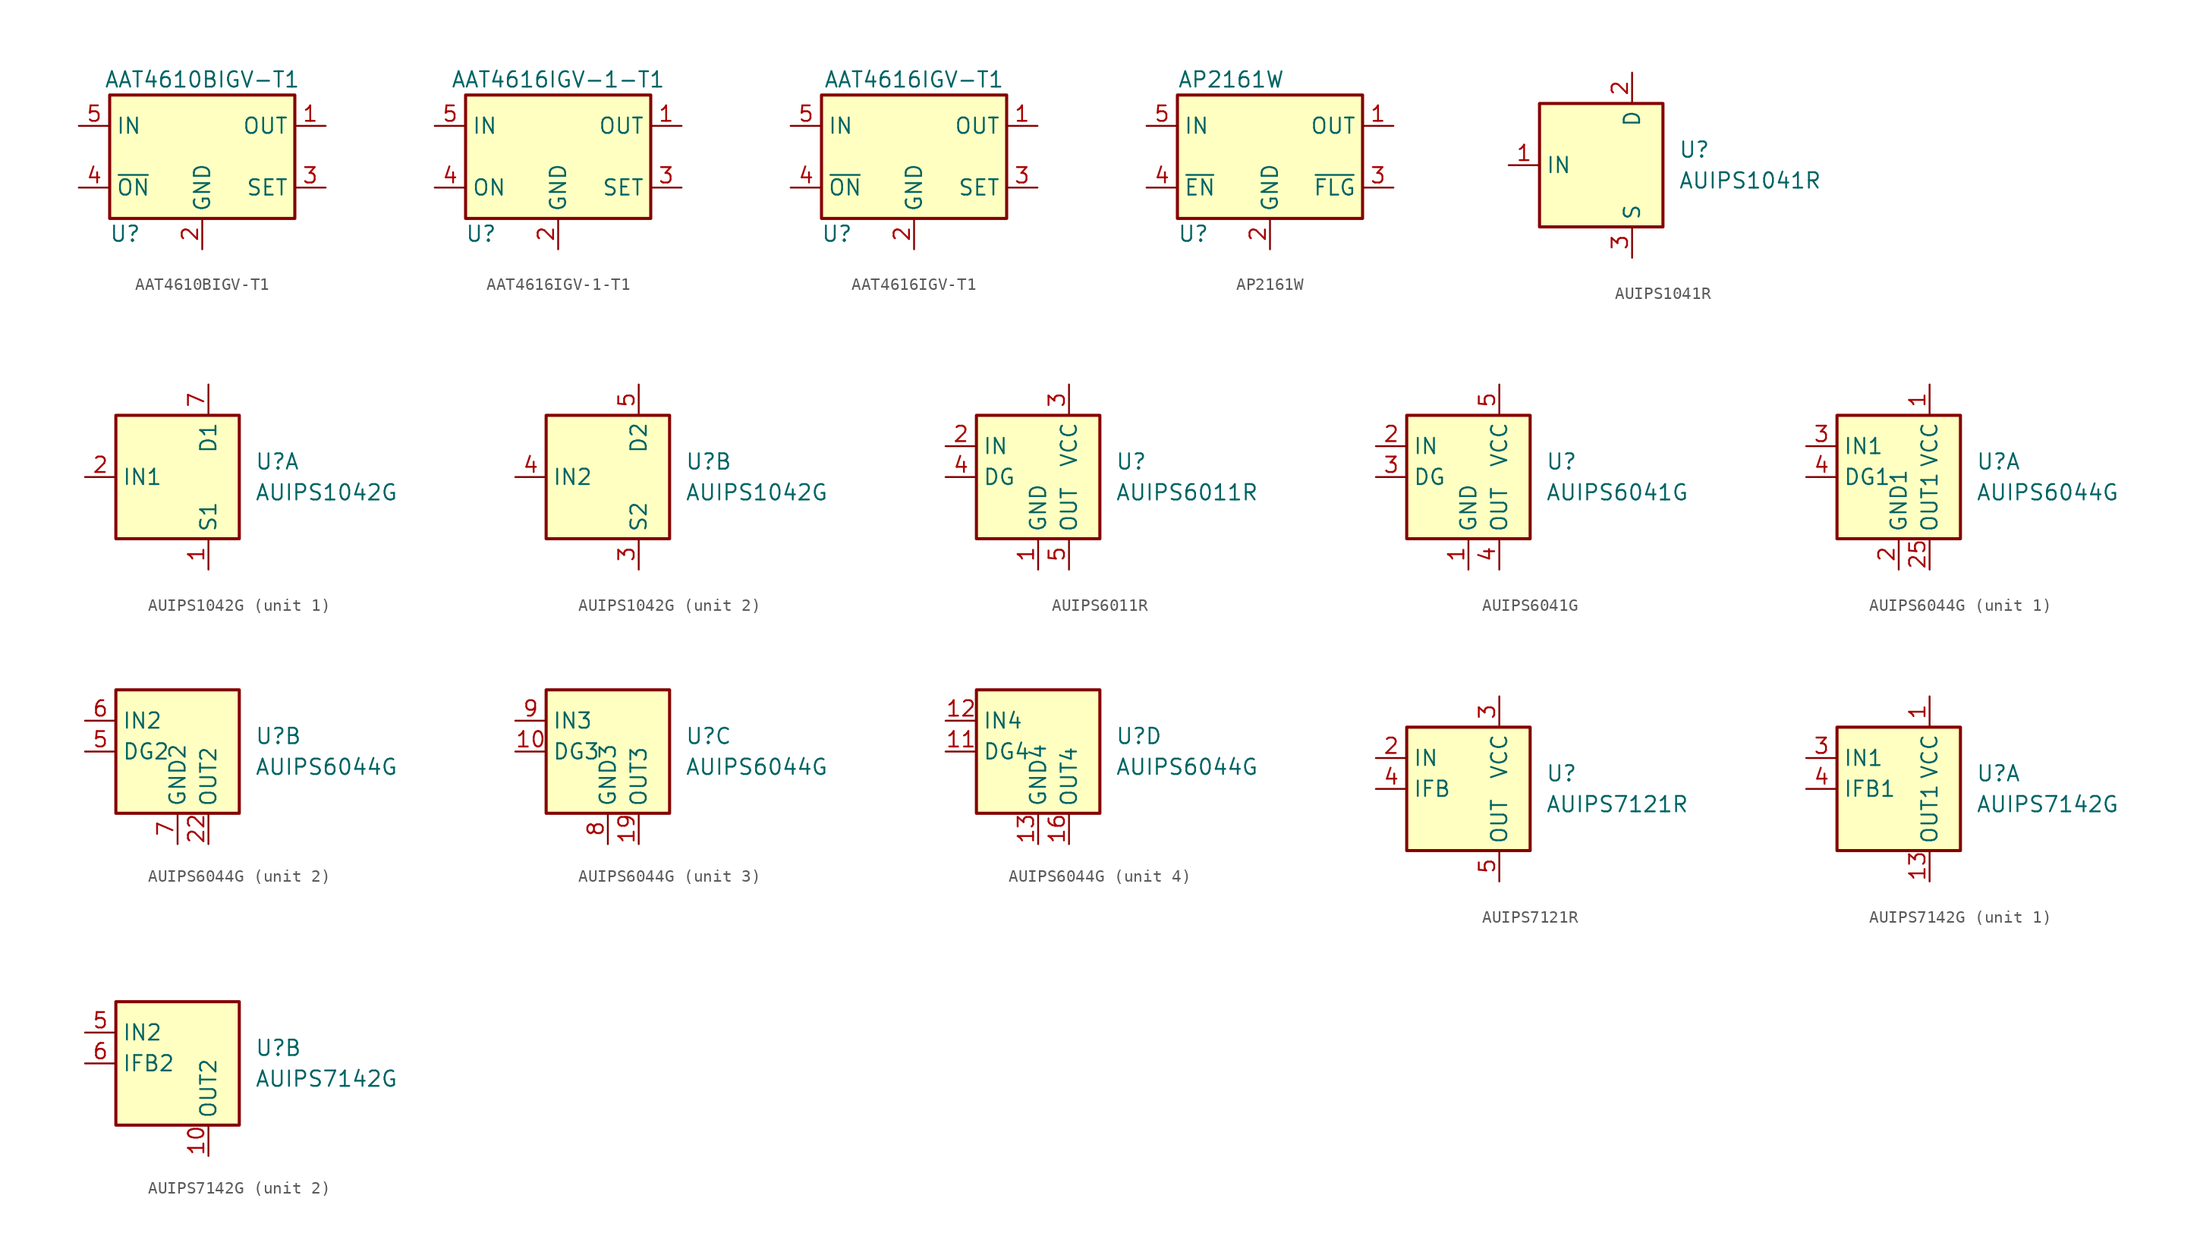
<source format=kicad_sym>
(kicad_symbol_lib
  (version 20211014)
  (generator kicad_symbol_editor)
  (symbol "AAT4610BIGV-T1"
    (property "Reference" "U"
      (at -6.35 -6.35 0)
      (effects (font (size 1.27 1.27))))
    (property "Value" "AAT4610BIGV-T1"
      (at 0 6.35 0)
      (effects (font (size 1.27 1.27))))
    (symbol "AAT4610BIGV-T1_0_1"
      (rectangle (start -7.62 5.08) (end 7.62 -5.08) (stroke (width 0.254) (type default) (color 0 0 0 0)) (fill (type background))))
    (symbol "AAT4610BIGV-T1_1_1"
      (pin power_out line (at 10.16 2.54 180) (length 2.54) (name "OUT" (effects (font (size 1.27 1.27)))) (number "1" (effects (font (size 1.27 1.27)))))
      (pin power_in line (at 0 -7.62 90) (length 2.54) (name "GND" (effects (font (size 1.27 1.27)))) (number "2" (effects (font (size 1.27 1.27)))))
      (pin passive line (at 10.16 -2.54 180) (length 2.54) (name "SET" (effects (font (size 1.27 1.27)))) (number "3" (effects (font (size 1.27 1.27)))))
      (pin input line (at -10.16 -2.54 0) (length 2.54) (name "~{ON}" (effects (font (size 1.27 1.27)))) (number "4" (effects (font (size 1.27 1.27)))))
      (pin power_in line (at -10.16 2.54 0) (length 2.54) (name "IN" (effects (font (size 1.27 1.27)))) (number "5" (effects (font (size 1.27 1.27)))))))
  (symbol "AAT4616IGV-1-T1"
    (property "Reference" "U"
      (at -6.35 -6.35 0)
      (effects (font (size 1.27 1.27))))
    (property "Value" "AAT4616IGV-1-T1"
      (at 0 6.35 0)
      (effects (font (size 1.27 1.27))))
    (symbol "AAT4616IGV-1-T1_0_1"
      (rectangle (start -7.62 5.08) (end 7.62 -5.08) (stroke (width 0.254) (type default) (color 0 0 0 0)) (fill (type background))))
    (symbol "AAT4616IGV-1-T1_1_1"
      (pin power_out line (at 10.16 2.54 180) (length 2.54) (name "OUT" (effects (font (size 1.27 1.27)))) (number "1" (effects (font (size 1.27 1.27)))))
      (pin power_in line (at 0 -7.62 90) (length 2.54) (name "GND" (effects (font (size 1.27 1.27)))) (number "2" (effects (font (size 1.27 1.27)))))
      (pin passive line (at 10.16 -2.54 180) (length 2.54) (name "SET" (effects (font (size 1.27 1.27)))) (number "3" (effects (font (size 1.27 1.27)))))
      (pin input line (at -10.16 -2.54 0) (length 2.54) (name "ON" (effects (font (size 1.27 1.27)))) (number "4" (effects (font (size 1.27 1.27)))))
      (pin power_in line (at -10.16 2.54 0) (length 2.54) (name "IN" (effects (font (size 1.27 1.27)))) (number "5" (effects (font (size 1.27 1.27)))))))
  (symbol "AAT4616IGV-T1"
    (property "Reference" "U"
      (at -6.35 -6.35 0)
      (effects (font (size 1.27 1.27))))
    (property "Value" "AAT4616IGV-T1"
      (at 0 6.35 0)
      (effects (font (size 1.27 1.27))))
    (symbol "AAT4616IGV-T1_0_1"
      (rectangle (start -7.62 5.08) (end 7.62 -5.08) (stroke (width 0.254) (type default) (color 0 0 0 0)) (fill (type background))))
    (symbol "AAT4616IGV-T1_1_1"
      (pin power_out line (at 10.16 2.54 180) (length 2.54) (name "OUT" (effects (font (size 1.27 1.27)))) (number "1" (effects (font (size 1.27 1.27)))))
      (pin power_in line (at 0 -7.62 90) (length 2.54) (name "GND" (effects (font (size 1.27 1.27)))) (number "2" (effects (font (size 1.27 1.27)))))
      (pin passive line (at 10.16 -2.54 180) (length 2.54) (name "SET" (effects (font (size 1.27 1.27)))) (number "3" (effects (font (size 1.27 1.27)))))
      (pin input line (at -10.16 -2.54 0) (length 2.54) (name "~{ON}" (effects (font (size 1.27 1.27)))) (number "4" (effects (font (size 1.27 1.27)))))
      (pin power_in line (at -10.16 2.54 0) (length 2.54) (name "IN" (effects (font (size 1.27 1.27)))) (number "5" (effects (font (size 1.27 1.27)))))))
  (symbol "AP2161W"
    (property "Reference" "U"
      (at -7.62 -6.35 0)
      (effects (font (size 1.27 1.27)) (justify left)))
    (property "Value" "AP2161W"
      (at -7.62 6.35 0)
      (effects (font (size 1.27 1.27)) (justify left)))
    (symbol "AP2161W_0_1"
      (rectangle (start -7.62 5.08) (end 7.62 -5.08) (stroke (width 0.254) (type default) (color 0 0 0 0)) (fill (type background))))
    (symbol "AP2161W_1_1"
      (pin power_out line (at 10.16 2.54 180) (length 2.54) (name "OUT" (effects (font (size 1.27 1.27)))) (number "1" (effects (font (size 1.27 1.27)))))
      (pin power_in line (at 0 -7.62 90) (length 2.54) (name "GND" (effects (font (size 1.27 1.27)))) (number "2" (effects (font (size 1.27 1.27)))))
      (pin open_collector line (at 10.16 -2.54 180) (length 2.54) (name "~{FLG}" (effects (font (size 1.27 1.27)))) (number "3" (effects (font (size 1.27 1.27)))))
      (pin input line (at -10.16 -2.54 0) (length 2.54) (name "~{EN}" (effects (font (size 1.27 1.27)))) (number "4" (effects (font (size 1.27 1.27)))))
      (pin power_in line (at -10.16 2.54 0) (length 2.54) (name "IN" (effects (font (size 1.27 1.27)))) (number "5" (effects (font (size 1.27 1.27)))))))
  (symbol "AUIPS1041R"
    (property "Reference" "U"
      (at 3.81 1.27 0)
      (effects (font (size 1.27 1.27)) (justify left)))
    (property "Value" "AUIPS1041R"
      (at 3.81 -1.27 0)
      (effects (font (size 1.27 1.27)) (justify left)))
    (symbol "AUIPS1041R_0_1"
      (rectangle (start -7.62 5.08) (end 2.54 -5.08) (stroke (width 0.254) (type default) (color 0 0 0 0)) (fill (type background))))
    (symbol "AUIPS1041R_1_1"
      (pin input line (at -10.16 0 0) (length 2.54) (name "IN" (effects (font (size 1.27 1.27)))) (number "1" (effects (font (size 1.27 1.27)))))
      (pin passive line (at 0 7.62 270) (length 2.54) (name "D" (effects (font (size 1.27 1.27)))) (number "2" (effects (font (size 1.27 1.27)))))
      (pin power_in line (at 0 -7.62 90) (length 2.54) (name "S" (effects (font (size 1.27 1.27)))) (number "3" (effects (font (size 1.27 1.27)))))))
  (symbol "AUIPS1042G"
    (property "Reference" "U"
      (at 3.81 1.27 0)
      (effects (font (size 1.27 1.27)) (justify left)))
    (property "Value" "AUIPS1042G"
      (at 3.81 -1.27 0)
      (effects (font (size 1.27 1.27)) (justify left)))
    (symbol "AUIPS1042G_0_1"
      (rectangle (start -7.62 5.08) (end 2.54 -5.08) (stroke (width 0.254) (type default) (color 0 0 0 0)) (fill (type background))))
    (symbol "AUIPS1042G_1_1"
      (pin power_in line (at 0 -7.62 90) (length 2.54) (name "S1" (effects (font (size 1.27 1.27)))) (number "1" (effects (font (size 1.27 1.27)))))
      (pin input line (at -10.16 0 0) (length 2.54) (name "IN1" (effects (font (size 1.27 1.27)))) (number "2" (effects (font (size 1.27 1.27)))))
      (pin passive line (at 0 7.62 270) (length 2.54) (name "D1" (effects (font (size 1.27 1.27)))) (number "7" (effects (font (size 1.27 1.27)))))
      (pin passive line (at 0 7.62 270) (length 2.54) hide (name "D1" (effects (font (size 1.27 1.27)))) (number "8" (effects (font (size 1.27 1.27))))))
    (symbol "AUIPS1042G_2_1"
      (pin power_in line (at 0 -7.62 90) (length 2.54) (name "S2" (effects (font (size 1.27 1.27)))) (number "3" (effects (font (size 1.27 1.27)))))
      (pin input line (at -10.16 0 0) (length 2.54) (name "IN2" (effects (font (size 1.27 1.27)))) (number "4" (effects (font (size 1.27 1.27)))))
      (pin passive line (at 0 7.62 270) (length 2.54) (name "D2" (effects (font (size 1.27 1.27)))) (number "5" (effects (font (size 1.27 1.27)))))
      (pin passive line (at 0 7.62 270) (length 2.54) hide (name "D2" (effects (font (size 1.27 1.27)))) (number "6" (effects (font (size 1.27 1.27)))))))
  (symbol "AUIPS6011R"
    (property "Reference" "U"
      (at 3.81 1.27 0)
      (effects (font (size 1.27 1.27)) (justify left)))
    (property "Value" "AUIPS6011R"
      (at 3.81 -1.27 0)
      (effects (font (size 1.27 1.27)) (justify left)))
    (symbol "AUIPS6011R_0_1"
      (rectangle (start -7.62 5.08) (end 2.54 -5.08) (stroke (width 0.254) (type default) (color 0 0 0 0)) (fill (type background))))
    (symbol "AUIPS6011R_1_1"
      (pin power_in line (at -2.54 -7.62 90) (length 2.54) (name "GND" (effects (font (size 1.27 1.27)))) (number "1" (effects (font (size 1.27 1.27)))))
      (pin input line (at -10.16 2.54 0) (length 2.54) (name "IN" (effects (font (size 1.27 1.27)))) (number "2" (effects (font (size 1.27 1.27)))))
      (pin power_in line (at 0 7.62 270) (length 2.54) (name "VCC" (effects (font (size 1.27 1.27)))) (number "3" (effects (font (size 1.27 1.27)))))
      (pin open_collector line (at -10.16 0 0) (length 2.54) (name "DG" (effects (font (size 1.27 1.27)))) (number "4" (effects (font (size 1.27 1.27)))))
      (pin power_out line (at 0 -7.62 90) (length 2.54) (name "OUT" (effects (font (size 1.27 1.27)))) (number "5" (effects (font (size 1.27 1.27)))))))
  (symbol "AUIPS6041G"
    (property "Reference" "U"
      (at 3.81 1.27 0)
      (effects (font (size 1.27 1.27)) (justify left)))
    (property "Value" "AUIPS6041G"
      (at 3.81 -1.27 0)
      (effects (font (size 1.27 1.27)) (justify left)))
    (symbol "AUIPS6041G_0_1"
      (rectangle (start -7.62 5.08) (end 2.54 -5.08) (stroke (width 0.254) (type default) (color 0 0 0 0)) (fill (type background))))
    (symbol "AUIPS6041G_1_1"
      (pin power_in line (at -2.54 -7.62 90) (length 2.54) (name "GND" (effects (font (size 1.27 1.27)))) (number "1" (effects (font (size 1.27 1.27)))))
      (pin input line (at -10.16 2.54 0) (length 2.54) (name "IN" (effects (font (size 1.27 1.27)))) (number "2" (effects (font (size 1.27 1.27)))))
      (pin open_collector line (at -10.16 0 0) (length 2.54) (name "DG" (effects (font (size 1.27 1.27)))) (number "3" (effects (font (size 1.27 1.27)))))
      (pin power_out line (at 0 -7.62 90) (length 2.54) (name "OUT" (effects (font (size 1.27 1.27)))) (number "4" (effects (font (size 1.27 1.27)))))
      (pin power_in line (at 0 7.62 270) (length 2.54) (name "VCC" (effects (font (size 1.27 1.27)))) (number "5" (effects (font (size 1.27 1.27)))))
      (pin passive line (at 0 7.62 270) (length 2.54) hide (name "VCC" (effects (font (size 1.27 1.27)))) (number "6" (effects (font (size 1.27 1.27)))))
      (pin passive line (at 0 7.62 270) (length 2.54) hide (name "VCC" (effects (font (size 1.27 1.27)))) (number "7" (effects (font (size 1.27 1.27)))))
      (pin passive line (at 0 7.62 270) (length 2.54) hide (name "VCC" (effects (font (size 1.27 1.27)))) (number "8" (effects (font (size 1.27 1.27)))))))
  (symbol "AUIPS6044G"
    (property "Reference" "U"
      (at 3.81 1.27 0)
      (effects (font (size 1.27 1.27)) (justify left)))
    (property "Value" "AUIPS6044G"
      (at 3.81 -1.27 0)
      (effects (font (size 1.27 1.27)) (justify left)))
    (symbol "AUIPS6044G_0_1"
      (rectangle (start -7.62 5.08) (end 2.54 -5.08) (stroke (width 0.254) (type default) (color 0 0 0 0)) (fill (type background))))
    (symbol "AUIPS6044G_1_1"
      (pin power_in line (at 0 7.62 270) (length 2.54) (name "VCC" (effects (font (size 1.27 1.27)))) (number "1" (effects (font (size 1.27 1.27)))))
      (pin passive line (at 0 7.62 270) (length 2.54) hide (name "VCC" (effects (font (size 1.27 1.27)))) (number "14" (effects (font (size 1.27 1.27)))))
      (pin passive line (at 0 7.62 270) (length 2.54) hide (name "VCC" (effects (font (size 1.27 1.27)))) (number "15" (effects (font (size 1.27 1.27)))))
      (pin power_in line (at -2.54 -7.62 90) (length 2.54) (name "GND1" (effects (font (size 1.27 1.27)))) (number "2" (effects (font (size 1.27 1.27)))))
      (pin power_out line (at 0 -7.62 90) (length 2.54) (name "OUT1" (effects (font (size 1.27 1.27)))) (number "25" (effects (font (size 1.27 1.27)))))
      (pin passive line (at 0 -7.62 90) (length 2.54) hide (name "OUT1" (effects (font (size 1.27 1.27)))) (number "26" (effects (font (size 1.27 1.27)))))
      (pin passive line (at 0 -7.62 90) (length 2.54) hide (name "OUT1" (effects (font (size 1.27 1.27)))) (number "27" (effects (font (size 1.27 1.27)))))
      (pin passive line (at 0 7.62 270) (length 2.54) hide (name "VCC" (effects (font (size 1.27 1.27)))) (number "28" (effects (font (size 1.27 1.27)))))
      (pin input line (at -10.16 2.54 0) (length 2.54) (name "IN1" (effects (font (size 1.27 1.27)))) (number "3" (effects (font (size 1.27 1.27)))))
      (pin open_collector line (at -10.16 0 0) (length 2.54) (name "DG1" (effects (font (size 1.27 1.27)))) (number "4" (effects (font (size 1.27 1.27))))))
    (symbol "AUIPS6044G_2_1"
      (pin power_out line (at 0 -7.62 90) (length 2.54) (name "OUT2" (effects (font (size 1.27 1.27)))) (number "22" (effects (font (size 1.27 1.27)))))
      (pin passive line (at 0 -7.62 90) (length 2.54) hide (name "OUT2" (effects (font (size 1.27 1.27)))) (number "23" (effects (font (size 1.27 1.27)))))
      (pin passive line (at 0 -7.62 90) (length 2.54) hide (name "OUT2" (effects (font (size 1.27 1.27)))) (number "24" (effects (font (size 1.27 1.27)))))
      (pin open_collector line (at -10.16 0 0) (length 2.54) (name "DG2" (effects (font (size 1.27 1.27)))) (number "5" (effects (font (size 1.27 1.27)))))
      (pin input line (at -10.16 2.54 0) (length 2.54) (name "IN2" (effects (font (size 1.27 1.27)))) (number "6" (effects (font (size 1.27 1.27)))))
      (pin power_in line (at -2.54 -7.62 90) (length 2.54) (name "GND2" (effects (font (size 1.27 1.27)))) (number "7" (effects (font (size 1.27 1.27))))))
    (symbol "AUIPS6044G_3_1"
      (pin open_collector line (at -10.16 0 0) (length 2.54) (name "DG3" (effects (font (size 1.27 1.27)))) (number "10" (effects (font (size 1.27 1.27)))))
      (pin power_out line (at 0 -7.62 90) (length 2.54) (name "OUT3" (effects (font (size 1.27 1.27)))) (number "19" (effects (font (size 1.27 1.27)))))
      (pin passive line (at 0 -7.62 90) (length 2.54) hide (name "OUT3" (effects (font (size 1.27 1.27)))) (number "20" (effects (font (size 1.27 1.27)))))
      (pin passive line (at 0 -7.62 90) (length 2.54) hide (name "OUT3" (effects (font (size 1.27 1.27)))) (number "21" (effects (font (size 1.27 1.27)))))
      (pin power_in line (at -2.54 -7.62 90) (length 2.54) (name "GND3" (effects (font (size 1.27 1.27)))) (number "8" (effects (font (size 1.27 1.27)))))
      (pin input line (at -10.16 2.54 0) (length 2.54) (name "IN3" (effects (font (size 1.27 1.27)))) (number "9" (effects (font (size 1.27 1.27))))))
    (symbol "AUIPS6044G_4_1"
      (pin open_collector line (at -10.16 0 0) (length 2.54) (name "DG4" (effects (font (size 1.27 1.27)))) (number "11" (effects (font (size 1.27 1.27)))))
      (pin input line (at -10.16 2.54 0) (length 2.54) (name "IN4" (effects (font (size 1.27 1.27)))) (number "12" (effects (font (size 1.27 1.27)))))
      (pin power_in line (at -2.54 -7.62 90) (length 2.54) (name "GND4" (effects (font (size 1.27 1.27)))) (number "13" (effects (font (size 1.27 1.27)))))
      (pin power_out line (at 0 -7.62 90) (length 2.54) (name "OUT4" (effects (font (size 1.27 1.27)))) (number "16" (effects (font (size 1.27 1.27)))))
      (pin passive line (at 0 -7.62 90) (length 2.54) hide (name "OUT4" (effects (font (size 1.27 1.27)))) (number "17" (effects (font (size 1.27 1.27)))))
      (pin passive line (at 0 -7.62 90) (length 2.54) hide (name "OUT4" (effects (font (size 1.27 1.27)))) (number "18" (effects (font (size 1.27 1.27)))))))
  (symbol "AUIPS7121R"
    (property "Reference" "U"
      (at 3.81 1.27 0)
      (effects (font (size 1.27 1.27)) (justify left)))
    (property "Value" "AUIPS7121R"
      (at 3.81 -1.27 0)
      (effects (font (size 1.27 1.27)) (justify left)))
    (symbol "AUIPS7121R_0_1"
      (rectangle (start -7.62 5.08) (end 2.54 -5.08) (stroke (width 0.254) (type default) (color 0 0 0 0)) (fill (type background))))
    (symbol "AUIPS7121R_1_1"
      (pin no_connect line (at -7.62 -2.54 0) (length 2.54) hide (name "NC" (effects (font (size 1.27 1.27)))) (number "1" (effects (font (size 1.27 1.27)))))
      (pin input line (at -10.16 2.54 0) (length 2.54) (name "IN" (effects (font (size 1.27 1.27)))) (number "2" (effects (font (size 1.27 1.27)))))
      (pin power_in line (at 0 7.62 270) (length 2.54) (name "VCC" (effects (font (size 1.27 1.27)))) (number "3" (effects (font (size 1.27 1.27)))))
      (pin output line (at -10.16 0 0) (length 2.54) (name "IFB" (effects (font (size 1.27 1.27)))) (number "4" (effects (font (size 1.27 1.27)))))
      (pin power_out line (at 0 -7.62 90) (length 2.54) (name "OUT" (effects (font (size 1.27 1.27)))) (number "5" (effects (font (size 1.27 1.27)))))))
  (symbol "AUIPS7142G"
    (property "Reference" "U"
      (at 3.81 1.27 0)
      (effects (font (size 1.27 1.27)) (justify left)))
    (property "Value" "AUIPS7142G"
      (at 3.81 -1.27 0)
      (effects (font (size 1.27 1.27)) (justify left)))
    (symbol "AUIPS7142G_0_1"
      (rectangle (start -7.62 5.08) (end 2.54 -5.08) (stroke (width 0.254) (type default) (color 0 0 0 0)) (fill (type background))))
    (symbol "AUIPS7142G_1_1"
      (pin power_in line (at 0 7.62 270) (length 2.54) (name "VCC" (effects (font (size 1.27 1.27)))) (number "1" (effects (font (size 1.27 1.27)))))
      (pin power_out line (at 0 -7.62 90) (length 2.54) (name "OUT1" (effects (font (size 1.27 1.27)))) (number "13" (effects (font (size 1.27 1.27)))))
      (pin passive line (at 0 -7.62 90) (length 2.54) hide (name "OUT1" (effects (font (size 1.27 1.27)))) (number "14" (effects (font (size 1.27 1.27)))))
      (pin passive line (at 0 -7.62 90) (length 2.54) hide (name "OUT1" (effects (font (size 1.27 1.27)))) (number "15" (effects (font (size 1.27 1.27)))))
      (pin passive line (at 0 7.62 270) (length 2.54) hide (name "VCC" (effects (font (size 1.27 1.27)))) (number "16" (effects (font (size 1.27 1.27)))))
      (pin passive line (at 0 7.62 270) (length 2.54) hide (name "VCC" (effects (font (size 1.27 1.27)))) (number "2" (effects (font (size 1.27 1.27)))))
      (pin input line (at -10.16 2.54 0) (length 2.54) (name "IN1" (effects (font (size 1.27 1.27)))) (number "3" (effects (font (size 1.27 1.27)))))
      (pin output line (at -10.16 0 0) (length 2.54) (name "IFB1" (effects (font (size 1.27 1.27)))) (number "4" (effects (font (size 1.27 1.27)))))
      (pin passive line (at 0 7.62 270) (length 2.54) hide (name "VCC" (effects (font (size 1.27 1.27)))) (number "7" (effects (font (size 1.27 1.27)))))
      (pin passive line (at 0 7.62 270) (length 2.54) hide (name "VCC" (effects (font (size 1.27 1.27)))) (number "8" (effects (font (size 1.27 1.27)))))
      (pin passive line (at 0 7.62 270) (length 2.54) hide (name "VCC" (effects (font (size 1.27 1.27)))) (number "9" (effects (font (size 1.27 1.27))))))
    (symbol "AUIPS7142G_2_1"
      (pin power_out line (at 0 -7.62 90) (length 2.54) (name "OUT2" (effects (font (size 1.27 1.27)))) (number "10" (effects (font (size 1.27 1.27)))))
      (pin passive line (at 0 -7.62 90) (length 2.54) hide (name "OUT2" (effects (font (size 1.27 1.27)))) (number "11" (effects (font (size 1.27 1.27)))))
      (pin passive line (at 0 -7.62 90) (length 2.54) hide (name "OUT2" (effects (font (size 1.27 1.27)))) (number "12" (effects (font (size 1.27 1.27)))))
      (pin input line (at -10.16 2.54 0) (length 2.54) (name "IN2" (effects (font (size 1.27 1.27)))) (number "5" (effects (font (size 1.27 1.27)))))
      (pin output line (at -10.16 0 0) (length 2.54) (name "IFB2" (effects (font (size 1.27 1.27)))) (number "6" (effects (font (size 1.27 1.27))))))))
</source>
